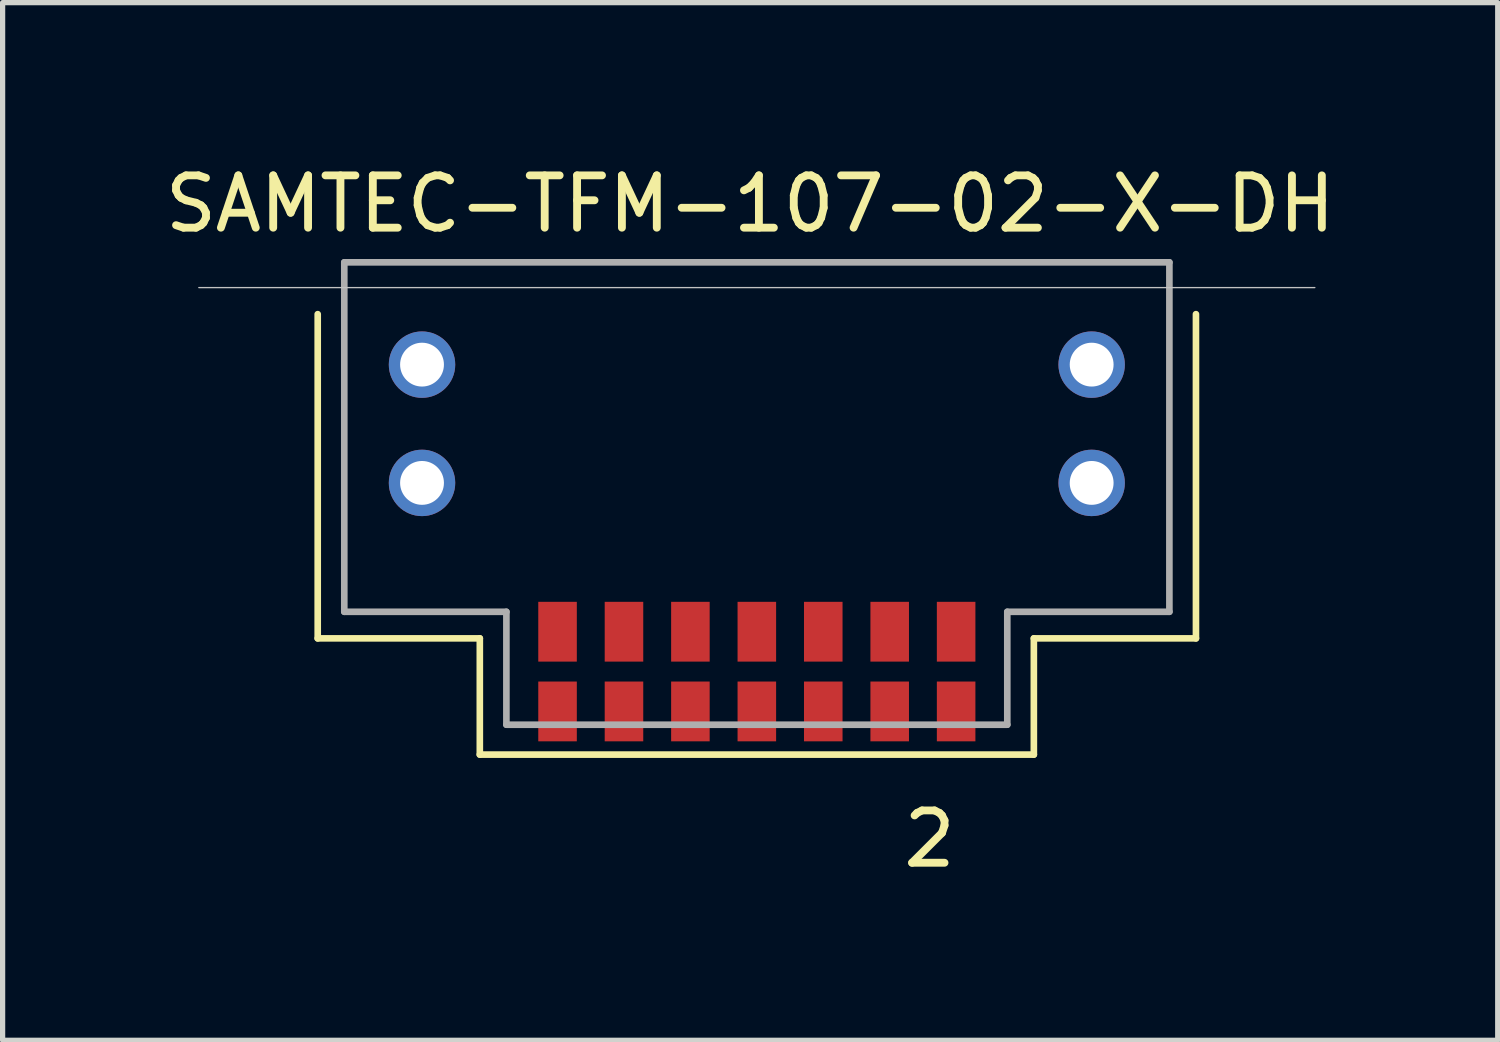
<source format=kicad_pcb>
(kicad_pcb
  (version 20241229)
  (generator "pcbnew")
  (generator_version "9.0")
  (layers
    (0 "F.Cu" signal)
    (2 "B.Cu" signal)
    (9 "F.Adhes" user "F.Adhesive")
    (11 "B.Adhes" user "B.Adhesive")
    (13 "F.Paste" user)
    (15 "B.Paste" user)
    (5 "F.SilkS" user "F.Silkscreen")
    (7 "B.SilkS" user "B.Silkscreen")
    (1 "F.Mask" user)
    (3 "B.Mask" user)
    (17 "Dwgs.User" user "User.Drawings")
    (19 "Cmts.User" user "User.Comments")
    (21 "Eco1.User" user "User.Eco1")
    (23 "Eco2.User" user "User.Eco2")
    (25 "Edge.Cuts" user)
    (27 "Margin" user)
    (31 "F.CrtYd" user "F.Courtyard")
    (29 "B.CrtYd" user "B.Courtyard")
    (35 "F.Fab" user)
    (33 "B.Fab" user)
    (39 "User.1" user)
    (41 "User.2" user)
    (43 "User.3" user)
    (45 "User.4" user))
  (footprint "SAMTEC-TFM-107-02-X-DH"
    (layer "F.Cu")
    (at 11.419 2.448)
    (property "Reference" "SAMTEC-TFM-107-02-X-DH" (at -0.127 -1.6 0) (layer "F.SilkS") (effects (font (size 1 1) (thickness 0.15))))
    (attr smd)
    (fp_line (start -8.395 0.508) (end -8.395 6.706) (stroke (width 0.127) (type solid)) (layer "F.SilkS"))
    (fp_line (start -8.395 6.706) (end -5.296 6.706) (stroke (width 0.127) (type solid)) (layer "F.SilkS"))
    (fp_line (start -5.296 6.706) (end -5.296 8.928) (stroke (width 0.127) (type solid)) (layer "F.SilkS"))
    (fp_line (start -5.296 8.928) (end 5.296 8.928) (stroke (width 0.127) (type solid)) (layer "F.SilkS"))
    (fp_line (start 5.296 6.706) (end 8.395 6.706) (stroke (width 0.127) (type solid)) (layer "F.SilkS"))
    (fp_line (start 5.296 8.928) (end 5.296 6.706) (stroke (width 0.127) (type solid)) (layer "F.SilkS"))
    (fp_line (start 8.395 6.706) (end 8.395 0.508) (stroke (width 0.127) (type solid)) (layer "F.SilkS"))
    (fp_poly (pts (xy -7.798 0.127) (xy -5.334 0.127) (xy -5.334 2.413) (xy -7.798 2.413)) (stroke (width 0.01) (type solid)) (fill yes) (layer "F.Paste"))
    (fp_poly (pts (xy -7.798 2.794) (xy -5.334 2.794) (xy -5.334 5.258) (xy -7.798 5.258)) (stroke (width 0.01) (type solid)) (fill yes) (layer "F.Paste"))
    (fp_poly (pts (xy 5.334 0.127) (xy 7.798 0.127) (xy 7.798 2.413) (xy 5.334 2.413)) (stroke (width 0.01) (type solid)) (fill yes) (layer "F.Paste"))
    (fp_poly (pts (xy 5.334 2.794) (xy 7.798 2.794) (xy 7.798 5.258) (xy 5.334 5.258)) (stroke (width 0.01) (type solid)) (fill yes) (layer "F.Paste"))
    (fp_line (start -10.668 0) (end 10.668 0) (stroke (width 0.025) (type solid)) (layer "Dwgs.User"))
    (fp_line (start -7.887 -0.483) (end 7.887 -0.483) (stroke (width 0.127) (type solid)) (layer "F.Fab"))
    (fp_line (start -7.887 6.198) (end -7.887 -0.483) (stroke (width 0.127) (type solid)) (layer "F.Fab"))
    (fp_line (start -4.788 6.198) (end -7.887 6.198) (stroke (width 0.127) (type solid)) (layer "F.Fab"))
    (fp_line (start -4.788 8.357) (end -4.788 6.198) (stroke (width 0.127) (type solid)) (layer "F.Fab"))
    (fp_line (start 4.788 6.198) (end 4.788 8.357) (stroke (width 0.127) (type solid)) (layer "F.Fab"))
    (fp_line (start 4.788 8.357) (end -4.788 8.357) (stroke (width 0.127) (type solid)) (layer "F.Fab"))
    (fp_line (start 7.887 -0.483) (end 7.887 6.198) (stroke (width 0.127) (type solid)) (layer "F.Fab"))
    (fp_line (start 7.887 6.198) (end 4.788 6.198) (stroke (width 0.127) (type solid)) (layer "F.Fab"))
    (fp_text user "2" (at 3.302 10.541 0) (layer "F.SilkS") (effects (font (size 1 1) (thickness 0.15))))
    (pad "1" smd rect (at 3.81 6.579) (size 0.737 1.143) (layers "F.Cu" "F.Mask" "F.Paste"))
    (pad "2" smd rect (at 3.81 8.103) (size 0.737 1.143) (layers "F.Cu" "F.Mask" "F.Paste"))
    (pad "3" smd rect (at 2.54 6.579) (size 0.737 1.143) (layers "F.Cu" "F.Mask" "F.Paste"))
    (pad "4" smd rect (at 2.54 8.103) (size 0.737 1.143) (layers "F.Cu" "F.Mask" "F.Paste"))
    (pad "5" smd rect (at 1.27 6.579) (size 0.737 1.143) (layers "F.Cu" "F.Mask" "F.Paste"))
    (pad "6" smd rect (at 1.27 8.103) (size 0.737 1.143) (layers "F.Cu" "F.Mask" "F.Paste"))
    (pad "7" smd rect (at 0 6.579) (size 0.737 1.143) (layers "F.Cu" "F.Mask" "F.Paste"))
    (pad "8" smd rect (at 0 8.103) (size 0.737 1.143) (layers "F.Cu" "F.Mask" "F.Paste"))
    (pad "9" smd rect (at -1.27 6.579) (size 0.737 1.143) (layers "F.Cu" "F.Mask" "F.Paste"))
    (pad "10" smd rect (at -1.27 8.103) (size 0.737 1.143) (layers "F.Cu" "F.Mask" "F.Paste"))
    (pad "11" smd rect (at -2.54 6.579) (size 0.737 1.143) (layers "F.Cu" "F.Mask" "F.Paste"))
    (pad "12" smd rect (at -2.54 8.103) (size 0.737 1.143) (layers "F.Cu" "F.Mask" "F.Paste"))
    (pad "13" smd rect (at -3.81 6.579) (size 0.737 1.143) (layers "F.Cu" "F.Mask" "F.Paste"))
    (pad "14" smd rect (at -3.81 8.103) (size 0.737 1.143) (layers "F.Cu" "F.Mask" "F.Paste"))
    (pad "G1" thru_hole circle (at 6.401 1.473) (size 1.27 1.27) (drill 0.838) (layers "*.Cu" "*.Mask"))
    (pad "G2" thru_hole circle (at -6.401 1.473) (size 1.27 1.27) (drill 0.838) (layers "*.Cu" "*.Mask"))
    (pad "G3" thru_hole circle (at 6.401 3.734) (size 1.27 1.27) (drill 0.838) (layers "*.Cu" "*.Mask"))
    (pad "G4" thru_hole circle (at -6.401 3.734) (size 1.27 1.27) (drill 0.838) (layers "*.Cu" "*.Mask")))
  (gr_rect
    (start -3 -3)
    (end 25.583 16.838)
    (stroke (width 0.1) (type default))
    (fill no)
    (layer "Edge.Cuts")))
</source>
